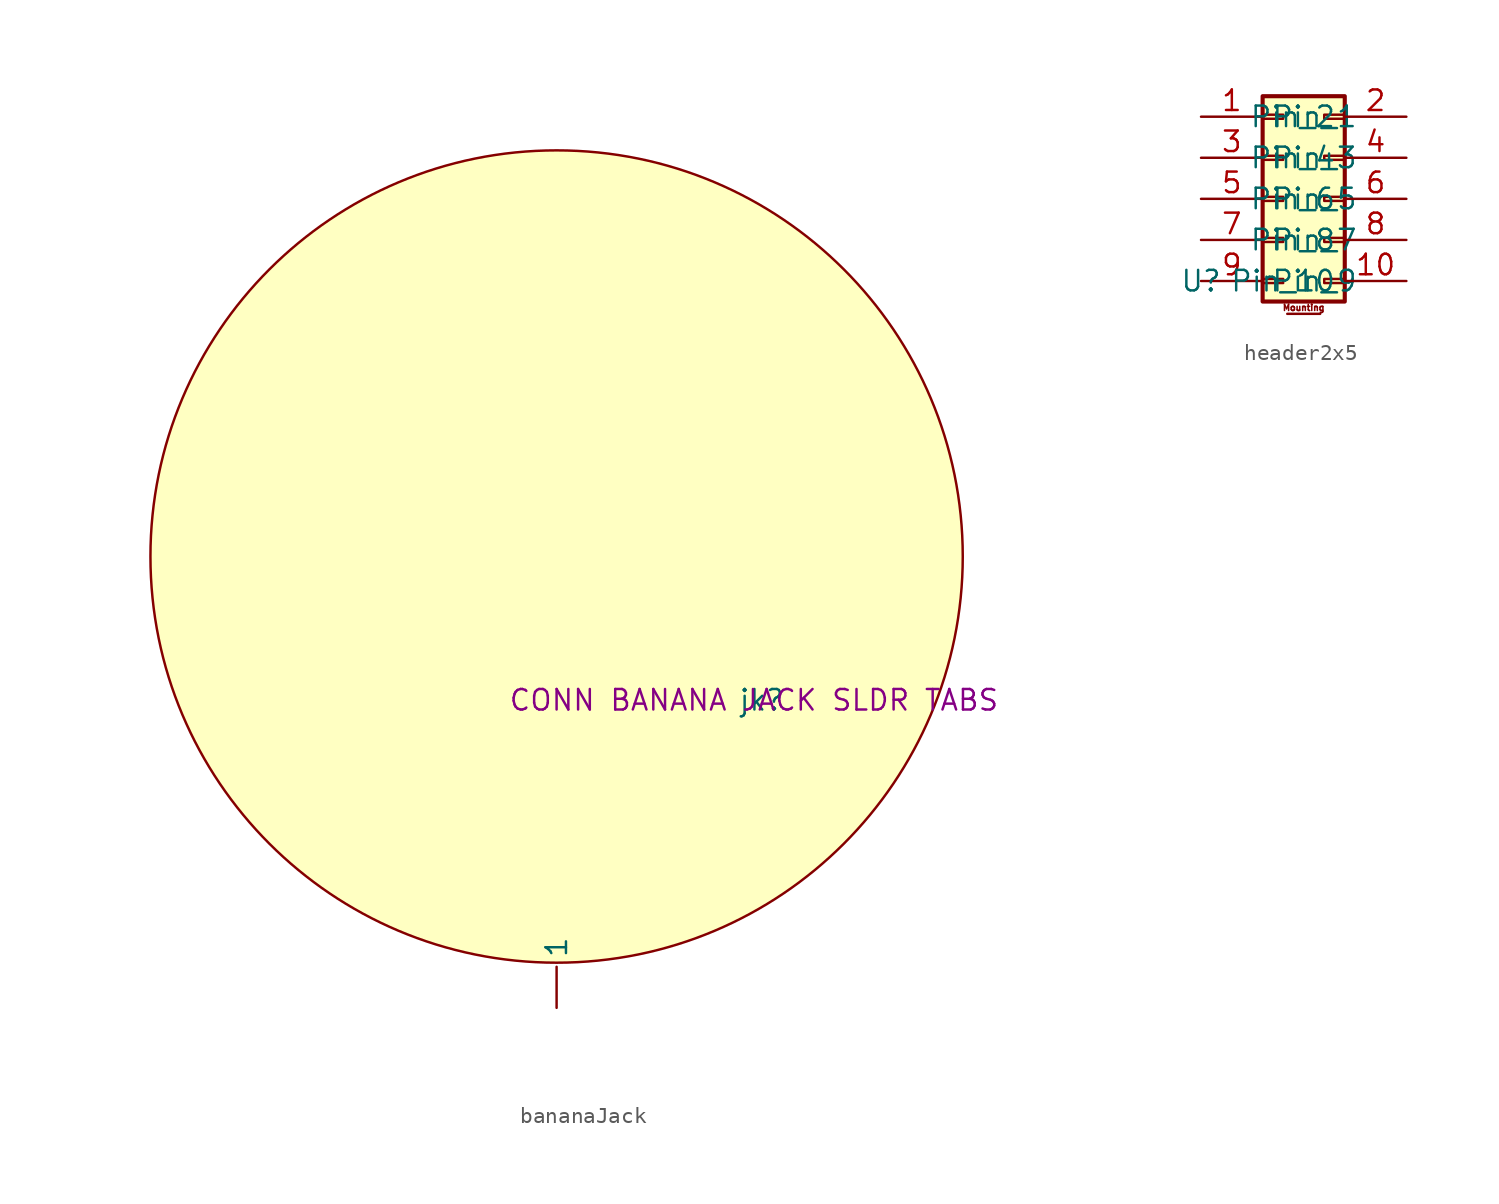
<source format=kicad_sym>
(kicad_symbol_lib
  (version 20231120)
  (generator "kicad_symbol_editor")
  (generator_version "8.0")
  (symbol "bananaJack"
    (property "Reference" "jk"
      (at 0 0 0)
      (effects (font (size 1.27 1.27))))
    (property "Value" ""
      (at 0 0 0)
      (effects (font (size 1.27 1.27))))
    (property "mfp#" "CONN BANANA JACK SLDR TABS "
      (at 0 0 0)
      (effects (font (size 1.27 1.27))))
    (symbol "bananaJack_1_1"
      (circle (center -12.7 8.89) (radius 25.145) (stroke (width 0) (type default)) (fill (type background)))
      (pin input line (at -12.7 -19.05 90) (length 2.54) (name "1" (effects (font (size 1.27 1.27)))) (number "" (effects (font (size 1.27 1.27)))))))
  (symbol "header2x5"
    (property "Reference" "U"
      (at 0 -11.43 0)
      (effects (font (size 1.27 1.27))))
    (property "Value" ""
      (at 0 -11.43 0)
      (effects (font (size 1.27 1.27))))
    (property "J" ""
      (at 0 0 0)
      (effects (font (size 1.27 1.27))))
    (symbol "header2x5_1_1"
      (polyline (pts (xy 5.334 -13.462) (xy 7.366 -13.462)) (stroke (width 0.152) (type default)) (fill (type none)))
      (rectangle (start 3.81 -11.303) (end 5.08 -11.557) (stroke (width 0.152) (type default)) (fill (type none)))
      (rectangle (start 3.81 -8.763) (end 5.08 -9.017) (stroke (width 0.152) (type default)) (fill (type none)))
      (rectangle (start 3.81 -6.223) (end 5.08 -6.477) (stroke (width 0.152) (type default)) (fill (type none)))
      (rectangle (start 3.81 -3.683) (end 5.08 -3.937) (stroke (width 0.152) (type default)) (fill (type none)))
      (rectangle (start 3.81 -1.143) (end 5.08 -1.397) (stroke (width 0.152) (type default)) (fill (type none)))
      (rectangle (start 3.81 0) (end 8.89 -12.7) (stroke (width 0.254) (type default)) (fill (type background)))
      (rectangle (start 8.89 -11.303) (end 7.62 -11.557) (stroke (width 0.152) (type default)) (fill (type none)))
      (rectangle (start 8.89 -8.763) (end 7.62 -9.017) (stroke (width 0.152) (type default)) (fill (type none)))
      (rectangle (start 8.89 -6.223) (end 7.62 -6.477) (stroke (width 0.152) (type default)) (fill (type none)))
      (rectangle (start 8.89 -3.683) (end 7.62 -3.937) (stroke (width 0.152) (type default)) (fill (type none)))
      (rectangle (start 8.89 -1.143) (end 7.62 -1.397) (stroke (width 0.152) (type default)) (fill (type none)))
      (text "Mounting" (at 6.35 -13.081 0) (effects (font (size 0.381 0.381))))
      (pin power_in line (at 0 -1.27 0) (length 3.81) (name "Pin_1" (effects (font (size 1.27 1.27)))) (number "1" (effects (font (size 1.27 1.27)))))
      (pin power_in line (at 12.7 -11.43 180) (length 3.81) (name "Pin_10" (effects (font (size 1.27 1.27)))) (number "10" (effects (font (size 1.27 1.27)))))
      (pin power_in line (at 12.7 -1.27 180) (length 3.81) (name "Pin_2" (effects (font (size 1.27 1.27)))) (number "2" (effects (font (size 1.27 1.27)))))
      (pin passive line (at 0 -3.81 0) (length 3.81) (name "Pin_3" (effects (font (size 1.27 1.27)))) (number "3" (effects (font (size 1.27 1.27)))))
      (pin power_in line (at 12.7 -3.81 180) (length 3.81) (name "Pin_4" (effects (font (size 1.27 1.27)))) (number "4" (effects (font (size 1.27 1.27)))))
      (pin power_in line (at 0 -6.35 0) (length 3.81) (name "Pin_5" (effects (font (size 1.27 1.27)))) (number "5" (effects (font (size 1.27 1.27)))))
      (pin power_in line (at 12.7 -6.35 180) (length 3.81) (name "Pin_6" (effects (font (size 1.27 1.27)))) (number "6" (effects (font (size 1.27 1.27)))))
      (pin power_out line (at 0 -8.89 0) (length 3.81) (name "Pin_7" (effects (font (size 1.27 1.27)))) (number "7" (effects (font (size 1.27 1.27)))))
      (pin power_in line (at 12.7 -8.89 180) (length 3.81) (name "Pin_8" (effects (font (size 1.27 1.27)))) (number "8" (effects (font (size 1.27 1.27)))))
      (pin power_in line (at 0 -11.43 0) (length 3.81) (name "Pin_9" (effects (font (size 1.27 1.27)))) (number "9" (effects (font (size 1.27 1.27))))))))
</source>
